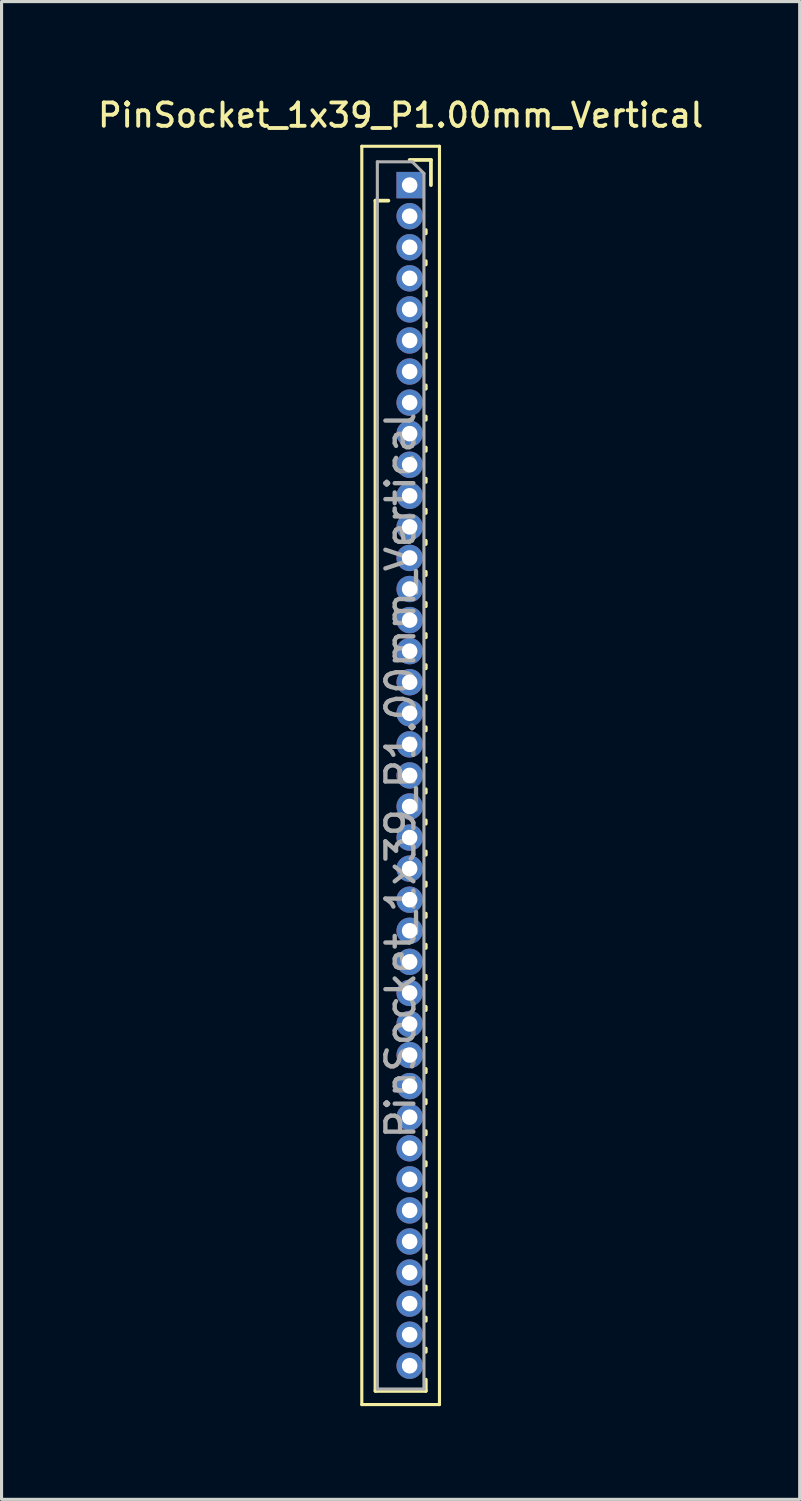
<source format=kicad_pcb>
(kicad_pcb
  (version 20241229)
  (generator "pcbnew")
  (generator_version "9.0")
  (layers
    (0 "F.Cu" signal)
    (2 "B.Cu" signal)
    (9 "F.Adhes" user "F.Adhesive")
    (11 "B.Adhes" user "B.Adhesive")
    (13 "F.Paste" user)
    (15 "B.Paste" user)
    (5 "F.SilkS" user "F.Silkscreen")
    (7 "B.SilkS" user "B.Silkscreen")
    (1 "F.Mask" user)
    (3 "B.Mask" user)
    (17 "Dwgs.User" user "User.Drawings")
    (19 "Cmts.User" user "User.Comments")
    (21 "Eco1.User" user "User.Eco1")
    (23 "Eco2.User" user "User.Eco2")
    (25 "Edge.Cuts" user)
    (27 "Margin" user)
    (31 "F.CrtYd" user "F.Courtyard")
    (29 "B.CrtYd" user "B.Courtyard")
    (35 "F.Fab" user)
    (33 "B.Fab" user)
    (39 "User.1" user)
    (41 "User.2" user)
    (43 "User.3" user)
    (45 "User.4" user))
  (footprint "PinSocket_1x39_P1.00mm_Vertical"
    (layer "F.Cu")
    (at 10.135 2.908)
    (property "Reference" "PinSocket_1x39_P1.00mm_Vertical" (at -0.29 -2.25 0) (layer "F.SilkS") (effects (font (size 0.75 0.75) (thickness 0.125))))
    (attr through_hole)
    (fp_line (start -1.54 -1.25) (end 0.96 -1.25) (stroke (width 0.1) (type solid)) (layer "F.SilkS"))
    (fp_line (start -1.54 39.25) (end -1.54 -1.25) (stroke (width 0.1) (type solid)) (layer "F.SilkS"))
    (fp_line (start -1.1 0.5) (end -1.1 38.81) (stroke (width 0.12) (type solid)) (layer "F.SilkS"))
    (fp_line (start -1.1 0.5) (end -0.685 0.5) (stroke (width 0.12) (type solid)) (layer "F.SilkS"))
    (fp_line (start -1.1 38.81) (end 0.52 38.81) (stroke (width 0.12) (type solid)) (layer "F.SilkS"))
    (fp_line (start 0 -0.81) (end 0.685 -0.81) (stroke (width 0.12) (type solid)) (layer "F.SilkS"))
    (fp_line (start 0.52 1.446) (end 0.52 1.554) (stroke (width 0.12) (type solid)) (layer "F.SilkS"))
    (fp_line (start 0.52 2.446) (end 0.52 2.554) (stroke (width 0.12) (type solid)) (layer "F.SilkS"))
    (fp_line (start 0.52 3.446) (end 0.52 3.554) (stroke (width 0.12) (type solid)) (layer "F.SilkS"))
    (fp_line (start 0.52 4.446) (end 0.52 4.554) (stroke (width 0.12) (type solid)) (layer "F.SilkS"))
    (fp_line (start 0.52 5.446) (end 0.52 5.554) (stroke (width 0.12) (type solid)) (layer "F.SilkS"))
    (fp_line (start 0.52 6.446) (end 0.52 6.554) (stroke (width 0.12) (type solid)) (layer "F.SilkS"))
    (fp_line (start 0.52 7.446) (end 0.52 7.554) (stroke (width 0.12) (type solid)) (layer "F.SilkS"))
    (fp_line (start 0.52 8.446) (end 0.52 8.554) (stroke (width 0.12) (type solid)) (layer "F.SilkS"))
    (fp_line (start 0.52 9.446) (end 0.52 9.554) (stroke (width 0.12) (type solid)) (layer "F.SilkS"))
    (fp_line (start 0.52 10.446) (end 0.52 10.554) (stroke (width 0.12) (type solid)) (layer "F.SilkS"))
    (fp_line (start 0.52 11.446) (end 0.52 11.554) (stroke (width 0.12) (type solid)) (layer "F.SilkS"))
    (fp_line (start 0.52 12.446) (end 0.52 12.554) (stroke (width 0.12) (type solid)) (layer "F.SilkS"))
    (fp_line (start 0.52 13.446) (end 0.52 13.554) (stroke (width 0.12) (type solid)) (layer "F.SilkS"))
    (fp_line (start 0.52 14.446) (end 0.52 14.554) (stroke (width 0.12) (type solid)) (layer "F.SilkS"))
    (fp_line (start 0.52 15.446) (end 0.52 15.554) (stroke (width 0.12) (type solid)) (layer "F.SilkS"))
    (fp_line (start 0.52 16.446) (end 0.52 16.554) (stroke (width 0.12) (type solid)) (layer "F.SilkS"))
    (fp_line (start 0.52 17.446) (end 0.52 17.554) (stroke (width 0.12) (type solid)) (layer "F.SilkS"))
    (fp_line (start 0.52 18.446) (end 0.52 18.554) (stroke (width 0.12) (type solid)) (layer "F.SilkS"))
    (fp_line (start 0.52 19.446) (end 0.52 19.554) (stroke (width 0.12) (type solid)) (layer "F.SilkS"))
    (fp_line (start 0.52 20.446) (end 0.52 20.554) (stroke (width 0.12) (type solid)) (layer "F.SilkS"))
    (fp_line (start 0.52 21.446) (end 0.52 21.554) (stroke (width 0.12) (type solid)) (layer "F.SilkS"))
    (fp_line (start 0.52 22.446) (end 0.52 22.554) (stroke (width 0.12) (type solid)) (layer "F.SilkS"))
    (fp_line (start 0.52 23.446) (end 0.52 23.554) (stroke (width 0.12) (type solid)) (layer "F.SilkS"))
    (fp_line (start 0.52 24.446) (end 0.52 24.554) (stroke (width 0.12) (type solid)) (layer "F.SilkS"))
    (fp_line (start 0.52 25.446) (end 0.52 25.554) (stroke (width 0.12) (type solid)) (layer "F.SilkS"))
    (fp_line (start 0.52 26.446) (end 0.52 26.554) (stroke (width 0.12) (type solid)) (layer "F.SilkS"))
    (fp_line (start 0.52 27.446) (end 0.52 27.554) (stroke (width 0.12) (type solid)) (layer "F.SilkS"))
    (fp_line (start 0.52 28.446) (end 0.52 28.554) (stroke (width 0.12) (type solid)) (layer "F.SilkS"))
    (fp_line (start 0.52 29.446) (end 0.52 29.554) (stroke (width 0.12) (type solid)) (layer "F.SilkS"))
    (fp_line (start 0.52 30.446) (end 0.52 30.554) (stroke (width 0.12) (type solid)) (layer "F.SilkS"))
    (fp_line (start 0.52 31.446) (end 0.52 31.554) (stroke (width 0.12) (type solid)) (layer "F.SilkS"))
    (fp_line (start 0.52 32.446) (end 0.52 32.554) (stroke (width 0.12) (type solid)) (layer "F.SilkS"))
    (fp_line (start 0.52 33.446) (end 0.52 33.554) (stroke (width 0.12) (type solid)) (layer "F.SilkS"))
    (fp_line (start 0.52 34.446) (end 0.52 34.554) (stroke (width 0.12) (type solid)) (layer "F.SilkS"))
    (fp_line (start 0.52 35.446) (end 0.52 35.554) (stroke (width 0.12) (type solid)) (layer "F.SilkS"))
    (fp_line (start 0.52 36.446) (end 0.52 36.554) (stroke (width 0.12) (type solid)) (layer "F.SilkS"))
    (fp_line (start 0.52 37.446) (end 0.52 37.554) (stroke (width 0.12) (type solid)) (layer "F.SilkS"))
    (fp_line (start 0.52 38.446) (end 0.52 38.81) (stroke (width 0.12) (type solid)) (layer "F.SilkS"))
    (fp_line (start 0.685 -0.81) (end 0.685 0) (stroke (width 0.12) (type solid)) (layer "F.SilkS"))
    (fp_line (start 0.96 -1.25) (end 0.96 39.25) (stroke (width 0.1) (type solid)) (layer "F.SilkS"))
    (fp_line (start 0.96 39.25) (end -1.54 39.25) (stroke (width 0.1) (type solid)) (layer "F.SilkS"))
    (fp_line (start -1.04 -0.75) (end 0.085 -0.75) (stroke (width 0.1) (type solid)) (layer "F.Fab"))
    (fp_line (start -1.04 38.75) (end -1.04 -0.75) (stroke (width 0.1) (type solid)) (layer "F.Fab"))
    (fp_line (start 0.085 -0.75) (end 0.46 -0.375) (stroke (width 0.1) (type solid)) (layer "F.Fab"))
    (fp_line (start 0.46 -0.375) (end 0.46 38.75) (stroke (width 0.1) (type solid)) (layer "F.Fab"))
    (fp_line (start 0.46 38.75) (end -1.04 38.75) (stroke (width 0.1) (type solid)) (layer "F.Fab"))
    (fp_text user "${REFERENCE}" (at -0.29 19 90) (layer "F.Fab") (effects (font (size 0.9 0.9) (thickness 0.14))))
    (pad "1" thru_hole rect (at 0 0) (size 0.85 0.85) (drill 0.5) (layers "*.Cu" "*.Mask"))
    (pad "2" thru_hole oval (at 0 1) (size 0.85 0.85) (drill 0.5) (layers "*.Cu" "*.Mask"))
    (pad "3" thru_hole oval (at 0 2) (size 0.85 0.85) (drill 0.5) (layers "*.Cu" "*.Mask"))
    (pad "4" thru_hole oval (at 0 3) (size 0.85 0.85) (drill 0.5) (layers "*.Cu" "*.Mask"))
    (pad "5" thru_hole oval (at 0 4) (size 0.85 0.85) (drill 0.5) (layers "*.Cu" "*.Mask"))
    (pad "6" thru_hole oval (at 0 5) (size 0.85 0.85) (drill 0.5) (layers "*.Cu" "*.Mask"))
    (pad "7" thru_hole oval (at 0 6) (size 0.85 0.85) (drill 0.5) (layers "*.Cu" "*.Mask"))
    (pad "8" thru_hole oval (at 0 7) (size 0.85 0.85) (drill 0.5) (layers "*.Cu" "*.Mask"))
    (pad "9" thru_hole oval (at 0 8) (size 0.85 0.85) (drill 0.5) (layers "*.Cu" "*.Mask"))
    (pad "10" thru_hole oval (at 0 9) (size 0.85 0.85) (drill 0.5) (layers "*.Cu" "*.Mask"))
    (pad "11" thru_hole oval (at 0 10) (size 0.85 0.85) (drill 0.5) (layers "*.Cu" "*.Mask"))
    (pad "12" thru_hole oval (at 0 11) (size 0.85 0.85) (drill 0.5) (layers "*.Cu" "*.Mask"))
    (pad "13" thru_hole oval (at 0 12) (size 0.85 0.85) (drill 0.5) (layers "*.Cu" "*.Mask"))
    (pad "14" thru_hole oval (at 0 13) (size 0.85 0.85) (drill 0.5) (layers "*.Cu" "*.Mask"))
    (pad "15" thru_hole oval (at 0 14) (size 0.85 0.85) (drill 0.5) (layers "*.Cu" "*.Mask"))
    (pad "16" thru_hole oval (at 0 15) (size 0.85 0.85) (drill 0.5) (layers "*.Cu" "*.Mask"))
    (pad "17" thru_hole oval (at 0 16) (size 0.85 0.85) (drill 0.5) (layers "*.Cu" "*.Mask"))
    (pad "18" thru_hole oval (at 0 17) (size 0.85 0.85) (drill 0.5) (layers "*.Cu" "*.Mask"))
    (pad "19" thru_hole oval (at 0 18) (size 0.85 0.85) (drill 0.5) (layers "*.Cu" "*.Mask"))
    (pad "20" thru_hole oval (at 0 19) (size 0.85 0.85) (drill 0.5) (layers "*.Cu" "*.Mask"))
    (pad "21" thru_hole oval (at 0 20) (size 0.85 0.85) (drill 0.5) (layers "*.Cu" "*.Mask"))
    (pad "22" thru_hole oval (at 0 21) (size 0.85 0.85) (drill 0.5) (layers "*.Cu" "*.Mask"))
    (pad "23" thru_hole oval (at 0 22) (size 0.85 0.85) (drill 0.5) (layers "*.Cu" "*.Mask"))
    (pad "24" thru_hole oval (at 0 23) (size 0.85 0.85) (drill 0.5) (layers "*.Cu" "*.Mask"))
    (pad "25" thru_hole oval (at 0 24) (size 0.85 0.85) (drill 0.5) (layers "*.Cu" "*.Mask"))
    (pad "26" thru_hole oval (at 0 25) (size 0.85 0.85) (drill 0.5) (layers "*.Cu" "*.Mask"))
    (pad "27" thru_hole oval (at 0 26) (size 0.85 0.85) (drill 0.5) (layers "*.Cu" "*.Mask"))
    (pad "28" thru_hole oval (at 0 27) (size 0.85 0.85) (drill 0.5) (layers "*.Cu" "*.Mask"))
    (pad "29" thru_hole oval (at 0 28) (size 0.85 0.85) (drill 0.5) (layers "*.Cu" "*.Mask"))
    (pad "30" thru_hole oval (at 0 29) (size 0.85 0.85) (drill 0.5) (layers "*.Cu" "*.Mask"))
    (pad "31" thru_hole oval (at 0 30) (size 0.85 0.85) (drill 0.5) (layers "*.Cu" "*.Mask"))
    (pad "32" thru_hole oval (at 0 31) (size 0.85 0.85) (drill 0.5) (layers "*.Cu" "*.Mask"))
    (pad "33" thru_hole oval (at 0 32) (size 0.85 0.85) (drill 0.5) (layers "*.Cu" "*.Mask"))
    (pad "34" thru_hole oval (at 0 33) (size 0.85 0.85) (drill 0.5) (layers "*.Cu" "*.Mask"))
    (pad "35" thru_hole oval (at 0 34) (size 0.85 0.85) (drill 0.5) (layers "*.Cu" "*.Mask"))
    (pad "36" thru_hole oval (at 0 35) (size 0.85 0.85) (drill 0.5) (layers "*.Cu" "*.Mask"))
    (pad "37" thru_hole oval (at 0 36) (size 0.85 0.85) (drill 0.5) (layers "*.Cu" "*.Mask"))
    (pad "38" thru_hole oval (at 0 37) (size 0.85 0.85) (drill 0.5) (layers "*.Cu" "*.Mask"))
    (pad "39" thru_hole oval (at 0 38) (size 0.85 0.85) (drill 0.5) (layers "*.Cu" "*.Mask")))
  (gr_rect
    (start -3 -3)
    (end 22.689 45.208)
    (stroke (width 0.1) (type default))
    (fill no)
    (layer "Edge.Cuts")))
</source>
